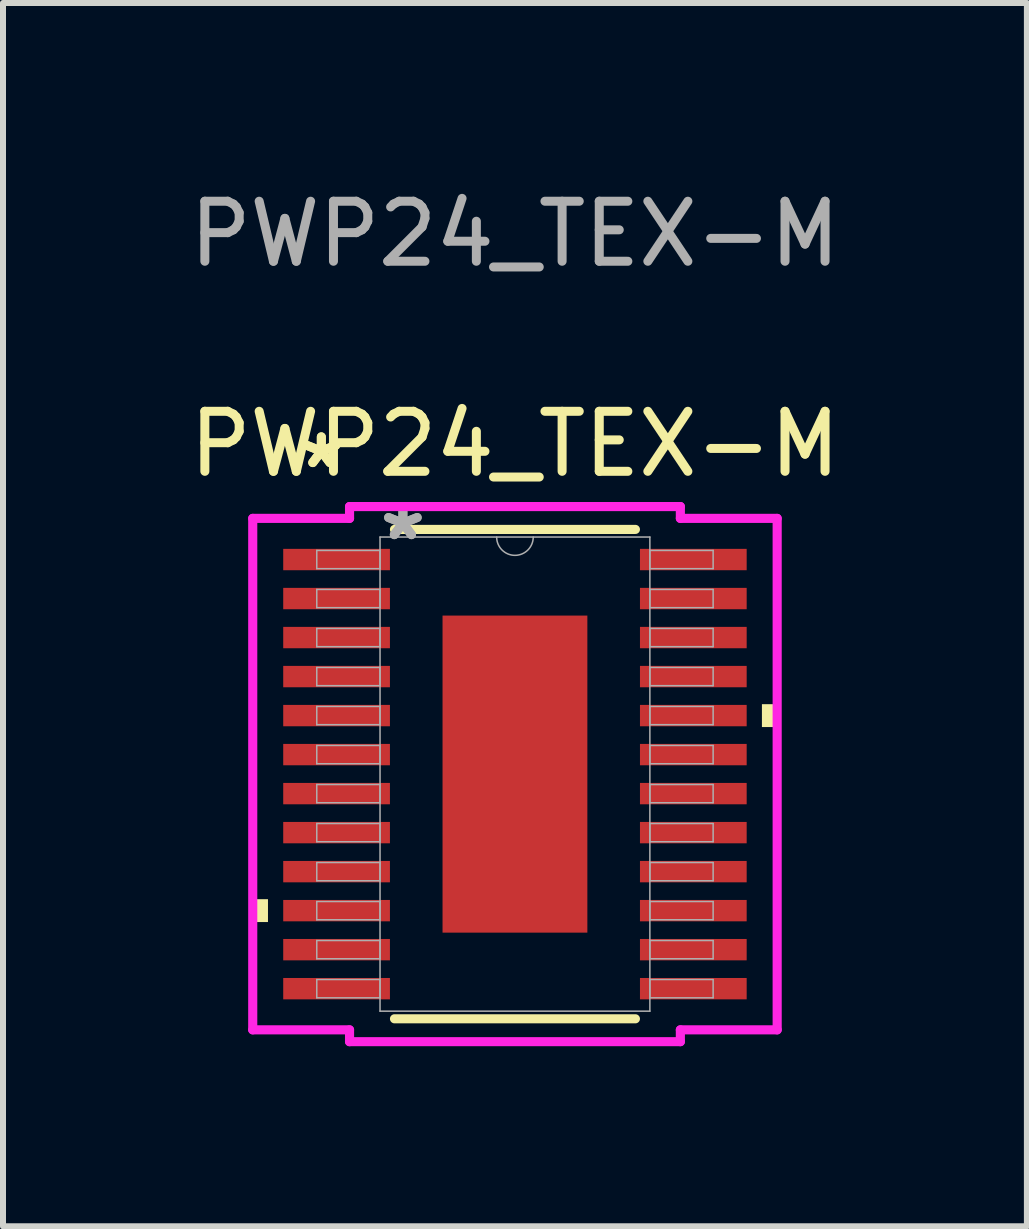
<source format=kicad_pcb>
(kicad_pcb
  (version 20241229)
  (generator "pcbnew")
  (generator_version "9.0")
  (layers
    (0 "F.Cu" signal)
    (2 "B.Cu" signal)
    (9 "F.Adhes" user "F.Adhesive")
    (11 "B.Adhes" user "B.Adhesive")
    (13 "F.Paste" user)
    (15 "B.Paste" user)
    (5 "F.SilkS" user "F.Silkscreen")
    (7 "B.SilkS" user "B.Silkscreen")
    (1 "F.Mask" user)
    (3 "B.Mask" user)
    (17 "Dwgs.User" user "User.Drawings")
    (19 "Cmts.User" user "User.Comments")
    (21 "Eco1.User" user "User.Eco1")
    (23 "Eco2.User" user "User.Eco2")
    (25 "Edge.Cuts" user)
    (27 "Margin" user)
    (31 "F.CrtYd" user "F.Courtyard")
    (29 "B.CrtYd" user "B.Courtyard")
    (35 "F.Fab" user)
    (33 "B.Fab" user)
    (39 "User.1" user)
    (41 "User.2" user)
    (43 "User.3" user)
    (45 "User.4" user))
  (footprint "PWP24_TEX-M"
    (layer "F.Cu")
    (at 5.53 9.848)
    (property "Reference" "PWP24_TEX-M" (at 0 -5.5 0) (unlocked yes) (layer "F.SilkS") (effects (font (size 1 1) (thickness 0.15))))
    (attr smd)
    (fp_line (start -2.007 4.077) (end 2.007 4.077) (stroke (width 0.152) (type solid)) (layer "F.SilkS"))
    (fp_line (start 2.007 -4.077) (end -2.007 -4.077) (stroke (width 0.152) (type solid)) (layer "F.SilkS"))
    (fp_poly (pts (xy -4.369 2.084) (xy -4.369 2.465) (xy -4.115 2.465) (xy -4.115 2.084)) (stroke (width 0) (type solid)) (fill yes) (layer "F.SilkS"))
    (fp_poly (pts (xy 4.369 -1.165) (xy 4.369 -0.784) (xy 4.115 -0.784) (xy 4.115 -1.165)) (stroke (width 0) (type solid)) (fill yes) (layer "F.SilkS"))
    (fp_poly (pts (xy -1.107 -2.542) (xy -1.107 -1.421) (xy 1.107 -1.421) (xy 1.107 -2.542)) (stroke (width 0) (type solid)) (fill yes) (layer "F.Paste"))
    (fp_poly (pts (xy -1.107 -1.221) (xy -1.107 -0.1) (xy 1.107 -0.1) (xy 1.107 -1.221)) (stroke (width 0) (type solid)) (fill yes) (layer "F.Paste"))
    (fp_poly (pts (xy -1.107 0.1) (xy -1.107 1.221) (xy 1.107 1.221) (xy 1.107 0.1)) (stroke (width 0) (type solid)) (fill yes) (layer "F.Paste"))
    (fp_poly (pts (xy -1.107 1.421) (xy -1.107 2.542) (xy 1.107 2.542) (xy 1.107 1.421)) (stroke (width 0) (type solid)) (fill yes) (layer "F.Paste"))
    (fp_line (start -4.369 -4.261) (end -2.756 -4.261) (stroke (width 0.152) (type solid)) (layer "F.CrtYd"))
    (fp_line (start -4.369 4.261) (end -4.369 -4.261) (stroke (width 0.152) (type solid)) (layer "F.CrtYd"))
    (fp_line (start -4.369 4.261) (end -2.756 4.261) (stroke (width 0.152) (type solid)) (layer "F.CrtYd"))
    (fp_line (start -2.756 -4.458) (end 2.756 -4.458) (stroke (width 0.152) (type solid)) (layer "F.CrtYd"))
    (fp_line (start -2.756 -4.261) (end -2.756 -4.458) (stroke (width 0.152) (type solid)) (layer "F.CrtYd"))
    (fp_line (start -2.756 4.458) (end -2.756 4.261) (stroke (width 0.152) (type solid)) (layer "F.CrtYd"))
    (fp_line (start 2.756 -4.458) (end 2.756 -4.261) (stroke (width 0.152) (type solid)) (layer "F.CrtYd"))
    (fp_line (start 2.756 4.261) (end 2.756 4.458) (stroke (width 0.152) (type solid)) (layer "F.CrtYd"))
    (fp_line (start 2.756 4.458) (end -2.756 4.458) (stroke (width 0.152) (type solid)) (layer "F.CrtYd"))
    (fp_line (start 4.369 -4.261) (end 2.756 -4.261) (stroke (width 0.152) (type solid)) (layer "F.CrtYd"))
    (fp_line (start 4.369 -4.261) (end 4.369 4.261) (stroke (width 0.152) (type solid)) (layer "F.CrtYd"))
    (fp_line (start 4.369 4.261) (end 2.756 4.261) (stroke (width 0.152) (type solid)) (layer "F.CrtYd"))
    (fp_line (start -3.302 -3.727) (end -3.302 -3.423) (stroke (width 0.025) (type solid)) (layer "F.Fab"))
    (fp_line (start -3.302 -3.423) (end -2.248 -3.423) (stroke (width 0.025) (type solid)) (layer "F.Fab"))
    (fp_line (start -3.302 -3.077) (end -3.302 -2.773) (stroke (width 0.025) (type solid)) (layer "F.Fab"))
    (fp_line (start -3.302 -2.773) (end -2.248 -2.773) (stroke (width 0.025) (type solid)) (layer "F.Fab"))
    (fp_line (start -3.302 -2.427) (end -3.302 -2.123) (stroke (width 0.025) (type solid)) (layer "F.Fab"))
    (fp_line (start -3.302 -2.123) (end -2.248 -2.123) (stroke (width 0.025) (type solid)) (layer "F.Fab"))
    (fp_line (start -3.302 -1.777) (end -3.302 -1.473) (stroke (width 0.025) (type solid)) (layer "F.Fab"))
    (fp_line (start -3.302 -1.473) (end -2.248 -1.473) (stroke (width 0.025) (type solid)) (layer "F.Fab"))
    (fp_line (start -3.302 -1.127) (end -3.302 -0.823) (stroke (width 0.025) (type solid)) (layer "F.Fab"))
    (fp_line (start -3.302 -0.823) (end -2.248 -0.823) (stroke (width 0.025) (type solid)) (layer "F.Fab"))
    (fp_line (start -3.302 -0.477) (end -3.302 -0.173) (stroke (width 0.025) (type solid)) (layer "F.Fab"))
    (fp_line (start -3.302 -0.173) (end -2.248 -0.173) (stroke (width 0.025) (type solid)) (layer "F.Fab"))
    (fp_line (start -3.302 0.173) (end -3.302 0.477) (stroke (width 0.025) (type solid)) (layer "F.Fab"))
    (fp_line (start -3.302 0.477) (end -2.248 0.477) (stroke (width 0.025) (type solid)) (layer "F.Fab"))
    (fp_line (start -3.302 0.823) (end -3.302 1.127) (stroke (width 0.025) (type solid)) (layer "F.Fab"))
    (fp_line (start -3.302 1.127) (end -2.248 1.127) (stroke (width 0.025) (type solid)) (layer "F.Fab"))
    (fp_line (start -3.302 1.473) (end -3.302 1.777) (stroke (width 0.025) (type solid)) (layer "F.Fab"))
    (fp_line (start -3.302 1.777) (end -2.248 1.777) (stroke (width 0.025) (type solid)) (layer "F.Fab"))
    (fp_line (start -3.302 2.123) (end -3.302 2.427) (stroke (width 0.025) (type solid)) (layer "F.Fab"))
    (fp_line (start -3.302 2.427) (end -2.248 2.427) (stroke (width 0.025) (type solid)) (layer "F.Fab"))
    (fp_line (start -3.302 2.773) (end -3.302 3.077) (stroke (width 0.025) (type solid)) (layer "F.Fab"))
    (fp_line (start -3.302 3.077) (end -2.248 3.077) (stroke (width 0.025) (type solid)) (layer "F.Fab"))
    (fp_line (start -3.302 3.423) (end -3.302 3.727) (stroke (width 0.025) (type solid)) (layer "F.Fab"))
    (fp_line (start -3.302 3.727) (end -2.248 3.727) (stroke (width 0.025) (type solid)) (layer "F.Fab"))
    (fp_line (start -2.248 -3.95) (end -2.248 3.95) (stroke (width 0.025) (type solid)) (layer "F.Fab"))
    (fp_line (start -2.248 -3.727) (end -3.302 -3.727) (stroke (width 0.025) (type solid)) (layer "F.Fab"))
    (fp_line (start -2.248 -3.423) (end -2.248 -3.727) (stroke (width 0.025) (type solid)) (layer "F.Fab"))
    (fp_line (start -2.248 -3.077) (end -3.302 -3.077) (stroke (width 0.025) (type solid)) (layer "F.Fab"))
    (fp_line (start -2.248 -2.773) (end -2.248 -3.077) (stroke (width 0.025) (type solid)) (layer "F.Fab"))
    (fp_line (start -2.248 -2.427) (end -3.302 -2.427) (stroke (width 0.025) (type solid)) (layer "F.Fab"))
    (fp_line (start -2.248 -2.123) (end -2.248 -2.427) (stroke (width 0.025) (type solid)) (layer "F.Fab"))
    (fp_line (start -2.248 -1.777) (end -3.302 -1.777) (stroke (width 0.025) (type solid)) (layer "F.Fab"))
    (fp_line (start -2.248 -1.473) (end -2.248 -1.777) (stroke (width 0.025) (type solid)) (layer "F.Fab"))
    (fp_line (start -2.248 -1.127) (end -3.302 -1.127) (stroke (width 0.025) (type solid)) (layer "F.Fab"))
    (fp_line (start -2.248 -0.823) (end -2.248 -1.127) (stroke (width 0.025) (type solid)) (layer "F.Fab"))
    (fp_line (start -2.248 -0.477) (end -3.302 -0.477) (stroke (width 0.025) (type solid)) (layer "F.Fab"))
    (fp_line (start -2.248 -0.173) (end -2.248 -0.477) (stroke (width 0.025) (type solid)) (layer "F.Fab"))
    (fp_line (start -2.248 0.173) (end -3.302 0.173) (stroke (width 0.025) (type solid)) (layer "F.Fab"))
    (fp_line (start -2.248 0.477) (end -2.248 0.173) (stroke (width 0.025) (type solid)) (layer "F.Fab"))
    (fp_line (start -2.248 0.823) (end -3.302 0.823) (stroke (width 0.025) (type solid)) (layer "F.Fab"))
    (fp_line (start -2.248 1.127) (end -2.248 0.823) (stroke (width 0.025) (type solid)) (layer "F.Fab"))
    (fp_line (start -2.248 1.473) (end -3.302 1.473) (stroke (width 0.025) (type solid)) (layer "F.Fab"))
    (fp_line (start -2.248 1.777) (end -2.248 1.473) (stroke (width 0.025) (type solid)) (layer "F.Fab"))
    (fp_line (start -2.248 2.123) (end -3.302 2.123) (stroke (width 0.025) (type solid)) (layer "F.Fab"))
    (fp_line (start -2.248 2.427) (end -2.248 2.123) (stroke (width 0.025) (type solid)) (layer "F.Fab"))
    (fp_line (start -2.248 2.773) (end -3.302 2.773) (stroke (width 0.025) (type solid)) (layer "F.Fab"))
    (fp_line (start -2.248 3.077) (end -2.248 2.773) (stroke (width 0.025) (type solid)) (layer "F.Fab"))
    (fp_line (start -2.248 3.423) (end -3.302 3.423) (stroke (width 0.025) (type solid)) (layer "F.Fab"))
    (fp_line (start -2.248 3.727) (end -2.248 3.423) (stroke (width 0.025) (type solid)) (layer "F.Fab"))
    (fp_line (start -2.248 3.95) (end 2.248 3.95) (stroke (width 0.025) (type solid)) (layer "F.Fab"))
    (fp_line (start 2.248 -3.95) (end -2.248 -3.95) (stroke (width 0.025) (type solid)) (layer "F.Fab"))
    (fp_line (start 2.248 -3.727) (end 2.248 -3.423) (stroke (width 0.025) (type solid)) (layer "F.Fab"))
    (fp_line (start 2.248 -3.423) (end 3.302 -3.423) (stroke (width 0.025) (type solid)) (layer "F.Fab"))
    (fp_line (start 2.248 -3.077) (end 2.248 -2.773) (stroke (width 0.025) (type solid)) (layer "F.Fab"))
    (fp_line (start 2.248 -2.773) (end 3.302 -2.773) (stroke (width 0.025) (type solid)) (layer "F.Fab"))
    (fp_line (start 2.248 -2.427) (end 2.248 -2.123) (stroke (width 0.025) (type solid)) (layer "F.Fab"))
    (fp_line (start 2.248 -2.123) (end 3.302 -2.123) (stroke (width 0.025) (type solid)) (layer "F.Fab"))
    (fp_line (start 2.248 -1.777) (end 2.248 -1.473) (stroke (width 0.025) (type solid)) (layer "F.Fab"))
    (fp_line (start 2.248 -1.473) (end 3.302 -1.473) (stroke (width 0.025) (type solid)) (layer "F.Fab"))
    (fp_line (start 2.248 -1.127) (end 2.248 -0.823) (stroke (width 0.025) (type solid)) (layer "F.Fab"))
    (fp_line (start 2.248 -0.823) (end 3.302 -0.823) (stroke (width 0.025) (type solid)) (layer "F.Fab"))
    (fp_line (start 2.248 -0.477) (end 2.248 -0.173) (stroke (width 0.025) (type solid)) (layer "F.Fab"))
    (fp_line (start 2.248 -0.173) (end 3.302 -0.173) (stroke (width 0.025) (type solid)) (layer "F.Fab"))
    (fp_line (start 2.248 0.173) (end 2.248 0.477) (stroke (width 0.025) (type solid)) (layer "F.Fab"))
    (fp_line (start 2.248 0.477) (end 3.302 0.477) (stroke (width 0.025) (type solid)) (layer "F.Fab"))
    (fp_line (start 2.248 0.823) (end 2.248 1.127) (stroke (width 0.025) (type solid)) (layer "F.Fab"))
    (fp_line (start 2.248 1.127) (end 3.302 1.127) (stroke (width 0.025) (type solid)) (layer "F.Fab"))
    (fp_line (start 2.248 1.473) (end 2.248 1.777) (stroke (width 0.025) (type solid)) (layer "F.Fab"))
    (fp_line (start 2.248 1.777) (end 3.302 1.777) (stroke (width 0.025) (type solid)) (layer "F.Fab"))
    (fp_line (start 2.248 2.123) (end 2.248 2.427) (stroke (width 0.025) (type solid)) (layer "F.Fab"))
    (fp_line (start 2.248 2.427) (end 3.302 2.427) (stroke (width 0.025) (type solid)) (layer "F.Fab"))
    (fp_line (start 2.248 2.773) (end 2.248 3.077) (stroke (width 0.025) (type solid)) (layer "F.Fab"))
    (fp_line (start 2.248 3.077) (end 3.302 3.077) (stroke (width 0.025) (type solid)) (layer "F.Fab"))
    (fp_line (start 2.248 3.423) (end 2.248 3.727) (stroke (width 0.025) (type solid)) (layer "F.Fab"))
    (fp_line (start 2.248 3.727) (end 3.302 3.727) (stroke (width 0.025) (type solid)) (layer "F.Fab"))
    (fp_line (start 2.248 3.95) (end 2.248 -3.95) (stroke (width 0.025) (type solid)) (layer "F.Fab"))
    (fp_line (start 3.302 -3.727) (end 2.248 -3.727) (stroke (width 0.025) (type solid)) (layer "F.Fab"))
    (fp_line (start 3.302 -3.423) (end 3.302 -3.727) (stroke (width 0.025) (type solid)) (layer "F.Fab"))
    (fp_line (start 3.302 -3.077) (end 2.248 -3.077) (stroke (width 0.025) (type solid)) (layer "F.Fab"))
    (fp_line (start 3.302 -2.773) (end 3.302 -3.077) (stroke (width 0.025) (type solid)) (layer "F.Fab"))
    (fp_line (start 3.302 -2.427) (end 2.248 -2.427) (stroke (width 0.025) (type solid)) (layer "F.Fab"))
    (fp_line (start 3.302 -2.123) (end 3.302 -2.427) (stroke (width 0.025) (type solid)) (layer "F.Fab"))
    (fp_line (start 3.302 -1.777) (end 2.248 -1.777) (stroke (width 0.025) (type solid)) (layer "F.Fab"))
    (fp_line (start 3.302 -1.473) (end 3.302 -1.777) (stroke (width 0.025) (type solid)) (layer "F.Fab"))
    (fp_line (start 3.302 -1.127) (end 2.248 -1.127) (stroke (width 0.025) (type solid)) (layer "F.Fab"))
    (fp_line (start 3.302 -0.823) (end 3.302 -1.127) (stroke (width 0.025) (type solid)) (layer "F.Fab"))
    (fp_line (start 3.302 -0.477) (end 2.248 -0.477) (stroke (width 0.025) (type solid)) (layer "F.Fab"))
    (fp_line (start 3.302 -0.173) (end 3.302 -0.477) (stroke (width 0.025) (type solid)) (layer "F.Fab"))
    (fp_line (start 3.302 0.173) (end 2.248 0.173) (stroke (width 0.025) (type solid)) (layer "F.Fab"))
    (fp_line (start 3.302 0.477) (end 3.302 0.173) (stroke (width 0.025) (type solid)) (layer "F.Fab"))
    (fp_line (start 3.302 0.823) (end 2.248 0.823) (stroke (width 0.025) (type solid)) (layer "F.Fab"))
    (fp_line (start 3.302 1.127) (end 3.302 0.823) (stroke (width 0.025) (type solid)) (layer "F.Fab"))
    (fp_line (start 3.302 1.473) (end 2.248 1.473) (stroke (width 0.025) (type solid)) (layer "F.Fab"))
    (fp_line (start 3.302 1.777) (end 3.302 1.473) (stroke (width 0.025) (type solid)) (layer "F.Fab"))
    (fp_line (start 3.302 2.123) (end 2.248 2.123) (stroke (width 0.025) (type solid)) (layer "F.Fab"))
    (fp_line (start 3.302 2.427) (end 3.302 2.123) (stroke (width 0.025) (type solid)) (layer "F.Fab"))
    (fp_line (start 3.302 2.773) (end 2.248 2.773) (stroke (width 0.025) (type solid)) (layer "F.Fab"))
    (fp_line (start 3.302 3.077) (end 3.302 2.773) (stroke (width 0.025) (type solid)) (layer "F.Fab"))
    (fp_line (start 3.302 3.423) (end 2.248 3.423) (stroke (width 0.025) (type solid)) (layer "F.Fab"))
    (fp_line (start 3.302 3.727) (end 3.302 3.423) (stroke (width 0.025) (type solid)) (layer "F.Fab"))
    (fp_arc (start 0.3048 -3.9497) (mid 0 -3.6449) (end -0.3048 -3.9497) (stroke (width 0.0254) (type solid)) (layer "F.Fab"))
    (fp_text user "*" (at -3.226 -5.074 0) (layer "F.SilkS") (effects (font (size 1 1) (thickness 0.15))))
    (fp_text user "*" (at -3.226 -5.074 0) (unlocked yes) (layer "F.SilkS") (effects (font (size 1 1) (thickness 0.15))))
    (fp_text user "*" (at -1.867 -3.873 0) (unlocked yes) (layer "F.Fab") (effects (font (size 1 1) (thickness 0.15))))
    (fp_text user "${REFERENCE}" (at 0 -9 0) (unlocked yes) (layer "F.Fab") (effects (font (size 1 1) (thickness 0.15))))
    (fp_text user "*" (at -1.867 -3.873 0) (layer "F.Fab") (effects (font (size 1 1) (thickness 0.15))))
    (pad "1" smd rect (at -2.972 -3.575) (size 1.778 0.356) (layers "F.Cu" "F.Mask" "F.Paste"))
    (pad "2" smd rect (at -2.972 -2.925) (size 1.778 0.356) (layers "F.Cu" "F.Mask" "F.Paste"))
    (pad "3" smd rect (at -2.972 -2.275) (size 1.778 0.356) (layers "F.Cu" "F.Mask" "F.Paste"))
    (pad "4" smd rect (at -2.972 -1.625) (size 1.778 0.356) (layers "F.Cu" "F.Mask" "F.Paste"))
    (pad "5" smd rect (at -2.972 -0.975) (size 1.778 0.356) (layers "F.Cu" "F.Mask" "F.Paste"))
    (pad "6" smd rect (at -2.972 -0.325) (size 1.778 0.356) (layers "F.Cu" "F.Mask" "F.Paste"))
    (pad "7" smd rect (at -2.972 0.325) (size 1.778 0.356) (layers "F.Cu" "F.Mask" "F.Paste"))
    (pad "8" smd rect (at -2.972 0.975) (size 1.778 0.356) (layers "F.Cu" "F.Mask" "F.Paste"))
    (pad "9" smd rect (at -2.972 1.625) (size 1.778 0.356) (layers "F.Cu" "F.Mask" "F.Paste"))
    (pad "10" smd rect (at -2.972 2.275) (size 1.778 0.356) (layers "F.Cu" "F.Mask" "F.Paste"))
    (pad "11" smd rect (at -2.972 2.925) (size 1.778 0.356) (layers "F.Cu" "F.Mask" "F.Paste"))
    (pad "12" smd rect (at -2.972 3.575) (size 1.778 0.356) (layers "F.Cu" "F.Mask" "F.Paste"))
    (pad "13" smd rect (at 2.972 3.575) (size 1.778 0.356) (layers "F.Cu" "F.Mask" "F.Paste"))
    (pad "14" smd rect (at 2.972 2.925) (size 1.778 0.356) (layers "F.Cu" "F.Mask" "F.Paste"))
    (pad "15" smd rect (at 2.972 2.275) (size 1.778 0.356) (layers "F.Cu" "F.Mask" "F.Paste"))
    (pad "16" smd rect (at 2.972 1.625) (size 1.778 0.356) (layers "F.Cu" "F.Mask" "F.Paste"))
    (pad "17" smd rect (at 2.972 0.975) (size 1.778 0.356) (layers "F.Cu" "F.Mask" "F.Paste"))
    (pad "18" smd rect (at 2.972 0.325) (size 1.778 0.356) (layers "F.Cu" "F.Mask" "F.Paste"))
    (pad "19" smd rect (at 2.972 -0.325) (size 1.778 0.356) (layers "F.Cu" "F.Mask" "F.Paste"))
    (pad "20" smd rect (at 2.972 -0.975) (size 1.778 0.356) (layers "F.Cu" "F.Mask" "F.Paste"))
    (pad "21" smd rect (at 2.972 -1.625) (size 1.778 0.356) (layers "F.Cu" "F.Mask" "F.Paste"))
    (pad "22" smd rect (at 2.972 -2.275) (size 1.778 0.356) (layers "F.Cu" "F.Mask" "F.Paste"))
    (pad "23" smd rect (at 2.972 -2.925) (size 1.778 0.356) (layers "F.Cu" "F.Mask" "F.Paste"))
    (pad "24" smd rect (at 2.972 -3.575) (size 1.778 0.356) (layers "F.Cu" "F.Mask" "F.Paste"))
    (pad "25" smd rect (at 0 0) (size 2.413 5.283) (property pad_prop_heatsink) (layers "F.Cu" "F.Mask")))
  (gr_rect
    (start -3 -3)
    (end 14.06 17.382)
    (stroke (width 0.1) (type default))
    (fill no)
    (layer "Edge.Cuts")))
</source>
